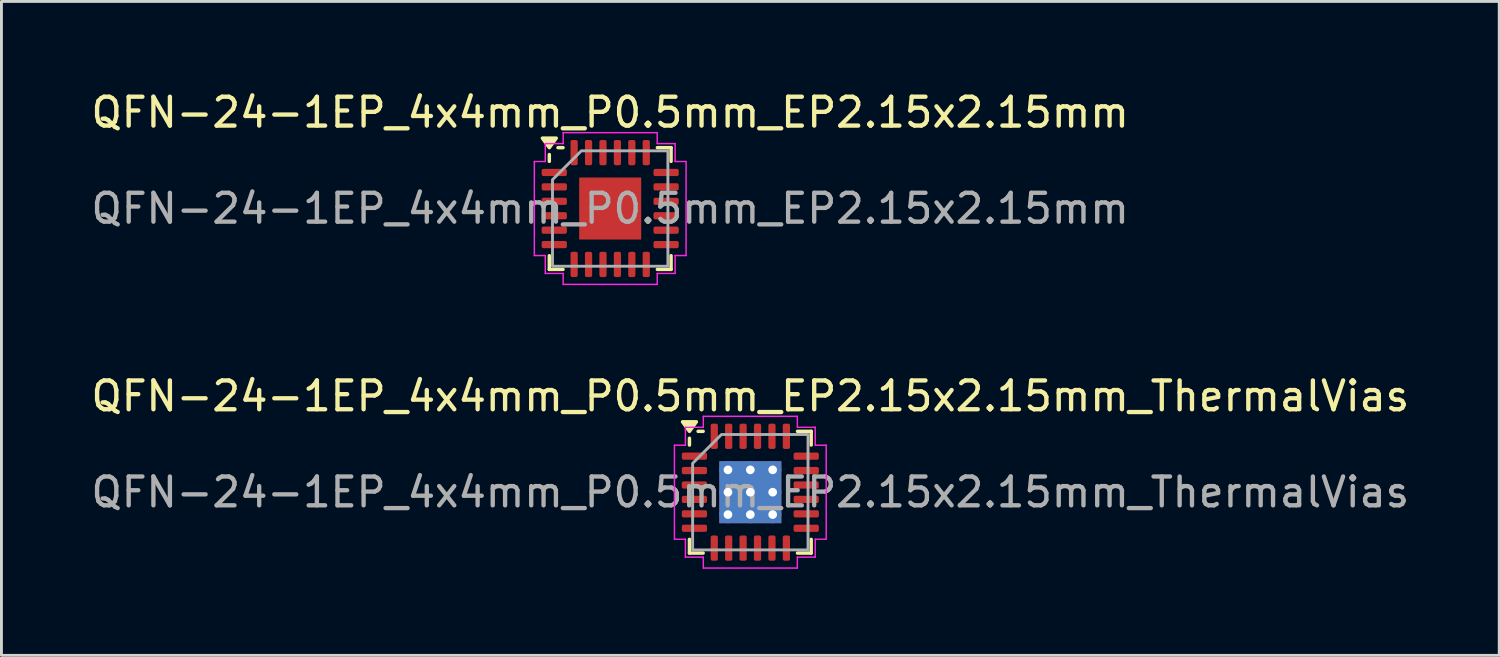
<source format=kicad_pcb>
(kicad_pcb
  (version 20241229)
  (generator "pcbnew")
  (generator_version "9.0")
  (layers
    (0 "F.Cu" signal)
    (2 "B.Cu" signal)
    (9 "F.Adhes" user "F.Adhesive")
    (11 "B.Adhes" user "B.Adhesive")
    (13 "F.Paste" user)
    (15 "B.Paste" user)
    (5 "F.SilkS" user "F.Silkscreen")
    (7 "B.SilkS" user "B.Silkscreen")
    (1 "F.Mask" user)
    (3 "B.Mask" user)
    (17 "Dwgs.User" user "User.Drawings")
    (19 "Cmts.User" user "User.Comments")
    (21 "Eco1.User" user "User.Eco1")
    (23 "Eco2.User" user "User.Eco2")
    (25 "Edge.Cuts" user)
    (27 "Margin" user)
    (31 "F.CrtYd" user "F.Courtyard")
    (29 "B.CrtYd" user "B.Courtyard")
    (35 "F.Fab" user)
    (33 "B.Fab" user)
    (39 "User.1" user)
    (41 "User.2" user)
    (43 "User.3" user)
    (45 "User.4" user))
  (footprint "QFN-24-1EP_4x4mm_P0.5mm_EP2.15x2.15mm"
    (layer "F.Cu")
    (at 18.101 4.178)
    (property "Reference" "QFN-24-1EP_4x4mm_P0.5mm_EP2.15x2.15mm" (at 0 -3.33 0) (layer "F.SilkS") (effects (font (size 1 1) (thickness 0.15))))
    (attr smd)
    (fp_line (start -2.11 -1.635) (end -2.11 -1.87) (stroke (width 0.12) (type solid)) (layer "F.SilkS"))
    (fp_line (start -2.11 2.11) (end -2.11 1.635) (stroke (width 0.12) (type solid)) (layer "F.SilkS"))
    (fp_line (start -1.635 -2.11) (end -1.81 -2.11) (stroke (width 0.12) (type solid)) (layer "F.SilkS"))
    (fp_line (start -1.635 2.11) (end -2.11 2.11) (stroke (width 0.12) (type solid)) (layer "F.SilkS"))
    (fp_line (start 1.635 -2.11) (end 2.11 -2.11) (stroke (width 0.12) (type solid)) (layer "F.SilkS"))
    (fp_line (start 1.635 2.11) (end 2.11 2.11) (stroke (width 0.12) (type solid)) (layer "F.SilkS"))
    (fp_line (start 2.11 -2.11) (end 2.11 -1.635) (stroke (width 0.12) (type solid)) (layer "F.SilkS"))
    (fp_line (start 2.11 2.11) (end 2.11 1.635) (stroke (width 0.12) (type solid)) (layer "F.SilkS"))
    (fp_poly (pts (xy -2.11 -2.11) (xy -2.35 -2.44) (xy -1.87 -2.44)) (stroke (width 0.12) (type solid)) (fill yes) (layer "F.SilkS"))
    (fp_line (start -2.63 -1.63) (end -2.25 -1.63) (stroke (width 0.05) (type solid)) (layer "F.CrtYd"))
    (fp_line (start -2.63 1.63) (end -2.63 -1.63) (stroke (width 0.05) (type solid)) (layer "F.CrtYd"))
    (fp_line (start -2.25 -2.25) (end -1.63 -2.25) (stroke (width 0.05) (type solid)) (layer "F.CrtYd"))
    (fp_line (start -2.25 -1.63) (end -2.25 -2.25) (stroke (width 0.05) (type solid)) (layer "F.CrtYd"))
    (fp_line (start -2.25 1.63) (end -2.63 1.63) (stroke (width 0.05) (type solid)) (layer "F.CrtYd"))
    (fp_line (start -2.25 2.25) (end -2.25 1.63) (stroke (width 0.05) (type solid)) (layer "F.CrtYd"))
    (fp_line (start -1.63 -2.63) (end 1.63 -2.63) (stroke (width 0.05) (type solid)) (layer "F.CrtYd"))
    (fp_line (start -1.63 -2.25) (end -1.63 -2.63) (stroke (width 0.05) (type solid)) (layer "F.CrtYd"))
    (fp_line (start -1.63 2.25) (end -2.25 2.25) (stroke (width 0.05) (type solid)) (layer "F.CrtYd"))
    (fp_line (start -1.63 2.63) (end -1.63 2.25) (stroke (width 0.05) (type solid)) (layer "F.CrtYd"))
    (fp_line (start 1.63 -2.63) (end 1.63 -2.25) (stroke (width 0.05) (type solid)) (layer "F.CrtYd"))
    (fp_line (start 1.63 -2.25) (end 2.25 -2.25) (stroke (width 0.05) (type solid)) (layer "F.CrtYd"))
    (fp_line (start 1.63 2.25) (end 1.63 2.63) (stroke (width 0.05) (type solid)) (layer "F.CrtYd"))
    (fp_line (start 1.63 2.63) (end -1.63 2.63) (stroke (width 0.05) (type solid)) (layer "F.CrtYd"))
    (fp_line (start 2.25 -2.25) (end 2.25 -1.63) (stroke (width 0.05) (type solid)) (layer "F.CrtYd"))
    (fp_line (start 2.25 -1.63) (end 2.63 -1.63) (stroke (width 0.05) (type solid)) (layer "F.CrtYd"))
    (fp_line (start 2.25 1.63) (end 2.25 2.25) (stroke (width 0.05) (type solid)) (layer "F.CrtYd"))
    (fp_line (start 2.25 2.25) (end 1.63 2.25) (stroke (width 0.05) (type solid)) (layer "F.CrtYd"))
    (fp_line (start 2.63 -1.63) (end 2.63 1.63) (stroke (width 0.05) (type solid)) (layer "F.CrtYd"))
    (fp_line (start 2.63 1.63) (end 2.25 1.63) (stroke (width 0.05) (type solid)) (layer "F.CrtYd"))
    (fp_poly (pts (xy -2 -1) (xy -2 2) (xy 2 2) (xy 2 -2) (xy -1 -2)) (stroke (width 0.1) (type solid)) (fill no) (layer "F.Fab"))
    (fp_text user "${REFERENCE}" (at 0 0 0) (layer "F.Fab") (effects (font (size 1 1) (thickness 0.15))))
    (pad "" smd roundrect (at -0.54 -0.54) (size 0.87 0.87) (layers "F.Paste") (roundrect_rratio 0.25))
    (pad "" smd roundrect (at -0.54 0.54) (size 0.87 0.87) (layers "F.Paste") (roundrect_rratio 0.25))
    (pad "" smd roundrect (at 0.54 -0.54) (size 0.87 0.87) (layers "F.Paste") (roundrect_rratio 0.25))
    (pad "" smd roundrect (at 0.54 0.54) (size 0.87 0.87) (layers "F.Paste") (roundrect_rratio 0.25))
    (pad "1" smd roundrect (at -1.938 -1.25) (size 0.875 0.25) (layers "F.Cu" "F.Mask" "F.Paste") (roundrect_rratio 0.25))
    (pad "2" smd roundrect (at -1.938 -0.75) (size 0.875 0.25) (layers "F.Cu" "F.Mask" "F.Paste") (roundrect_rratio 0.25))
    (pad "3" smd roundrect (at -1.938 -0.25) (size 0.875 0.25) (layers "F.Cu" "F.Mask" "F.Paste") (roundrect_rratio 0.25))
    (pad "4" smd roundrect (at -1.938 0.25) (size 0.875 0.25) (layers "F.Cu" "F.Mask" "F.Paste") (roundrect_rratio 0.25))
    (pad "5" smd roundrect (at -1.938 0.75) (size 0.875 0.25) (layers "F.Cu" "F.Mask" "F.Paste") (roundrect_rratio 0.25))
    (pad "6" smd roundrect (at -1.938 1.25) (size 0.875 0.25) (layers "F.Cu" "F.Mask" "F.Paste") (roundrect_rratio 0.25))
    (pad "7" smd roundrect (at -1.25 1.938) (size 0.25 0.875) (layers "F.Cu" "F.Mask" "F.Paste") (roundrect_rratio 0.25))
    (pad "8" smd roundrect (at -0.75 1.938) (size 0.25 0.875) (layers "F.Cu" "F.Mask" "F.Paste") (roundrect_rratio 0.25))
    (pad "9" smd roundrect (at -0.25 1.938) (size 0.25 0.875) (layers "F.Cu" "F.Mask" "F.Paste") (roundrect_rratio 0.25))
    (pad "10" smd roundrect (at 0.25 1.938) (size 0.25 0.875) (layers "F.Cu" "F.Mask" "F.Paste") (roundrect_rratio 0.25))
    (pad "11" smd roundrect (at 0.75 1.938) (size 0.25 0.875) (layers "F.Cu" "F.Mask" "F.Paste") (roundrect_rratio 0.25))
    (pad "12" smd roundrect (at 1.25 1.938) (size 0.25 0.875) (layers "F.Cu" "F.Mask" "F.Paste") (roundrect_rratio 0.25))
    (pad "13" smd roundrect (at 1.938 1.25) (size 0.875 0.25) (layers "F.Cu" "F.Mask" "F.Paste") (roundrect_rratio 0.25))
    (pad "14" smd roundrect (at 1.938 0.75) (size 0.875 0.25) (layers "F.Cu" "F.Mask" "F.Paste") (roundrect_rratio 0.25))
    (pad "15" smd roundrect (at 1.938 0.25) (size 0.875 0.25) (layers "F.Cu" "F.Mask" "F.Paste") (roundrect_rratio 0.25))
    (pad "16" smd roundrect (at 1.938 -0.25) (size 0.875 0.25) (layers "F.Cu" "F.Mask" "F.Paste") (roundrect_rratio 0.25))
    (pad "17" smd roundrect (at 1.938 -0.75) (size 0.875 0.25) (layers "F.Cu" "F.Mask" "F.Paste") (roundrect_rratio 0.25))
    (pad "18" smd roundrect (at 1.938 -1.25) (size 0.875 0.25) (layers "F.Cu" "F.Mask" "F.Paste") (roundrect_rratio 0.25))
    (pad "19" smd roundrect (at 1.25 -1.938) (size 0.25 0.875) (layers "F.Cu" "F.Mask" "F.Paste") (roundrect_rratio 0.25))
    (pad "20" smd roundrect (at 0.75 -1.938) (size 0.25 0.875) (layers "F.Cu" "F.Mask" "F.Paste") (roundrect_rratio 0.25))
    (pad "21" smd roundrect (at 0.25 -1.938) (size 0.25 0.875) (layers "F.Cu" "F.Mask" "F.Paste") (roundrect_rratio 0.25))
    (pad "22" smd roundrect (at -0.25 -1.938) (size 0.25 0.875) (layers "F.Cu" "F.Mask" "F.Paste") (roundrect_rratio 0.25))
    (pad "23" smd roundrect (at -0.75 -1.938) (size 0.25 0.875) (layers "F.Cu" "F.Mask" "F.Paste") (roundrect_rratio 0.25))
    (pad "24" smd roundrect (at -1.25 -1.938) (size 0.25 0.875) (layers "F.Cu" "F.Mask" "F.Paste") (roundrect_rratio 0.25))
    (pad "25" smd rect (at 0 0) (size 2.15 2.15) (property pad_prop_heatsink) (layers "F.Cu" "F.Mask")))
  (footprint "QFN-24-1EP_4x4mm_P0.5mm_EP2.15x2.15mm_ThermalVias"
    (layer "F.Cu")
    (at 22.958 14.011)
    (property "Reference" "QFN-24-1EP_4x4mm_P0.5mm_EP2.15x2.15mm_ThermalVias" (at 0 -3.33 0) (layer "F.SilkS") (effects (font (size 1 1) (thickness 0.15))))
    (attr smd)
    (fp_line (start -2.11 -1.635) (end -2.11 -1.87) (stroke (width 0.12) (type solid)) (layer "F.SilkS"))
    (fp_line (start -2.11 2.11) (end -2.11 1.635) (stroke (width 0.12) (type solid)) (layer "F.SilkS"))
    (fp_line (start -1.635 -2.11) (end -1.81 -2.11) (stroke (width 0.12) (type solid)) (layer "F.SilkS"))
    (fp_line (start -1.635 2.11) (end -2.11 2.11) (stroke (width 0.12) (type solid)) (layer "F.SilkS"))
    (fp_line (start 1.635 -2.11) (end 2.11 -2.11) (stroke (width 0.12) (type solid)) (layer "F.SilkS"))
    (fp_line (start 1.635 2.11) (end 2.11 2.11) (stroke (width 0.12) (type solid)) (layer "F.SilkS"))
    (fp_line (start 2.11 -2.11) (end 2.11 -1.635) (stroke (width 0.12) (type solid)) (layer "F.SilkS"))
    (fp_line (start 2.11 2.11) (end 2.11 1.635) (stroke (width 0.12) (type solid)) (layer "F.SilkS"))
    (fp_poly (pts (xy -2.11 -2.11) (xy -2.35 -2.44) (xy -1.87 -2.44)) (stroke (width 0.12) (type solid)) (fill yes) (layer "F.SilkS"))
    (fp_line (start -2.63 -1.63) (end -2.25 -1.63) (stroke (width 0.05) (type solid)) (layer "F.CrtYd"))
    (fp_line (start -2.63 1.63) (end -2.63 -1.63) (stroke (width 0.05) (type solid)) (layer "F.CrtYd"))
    (fp_line (start -2.25 -2.25) (end -1.63 -2.25) (stroke (width 0.05) (type solid)) (layer "F.CrtYd"))
    (fp_line (start -2.25 -1.63) (end -2.25 -2.25) (stroke (width 0.05) (type solid)) (layer "F.CrtYd"))
    (fp_line (start -2.25 1.63) (end -2.63 1.63) (stroke (width 0.05) (type solid)) (layer "F.CrtYd"))
    (fp_line (start -2.25 2.25) (end -2.25 1.63) (stroke (width 0.05) (type solid)) (layer "F.CrtYd"))
    (fp_line (start -1.63 -2.63) (end 1.63 -2.63) (stroke (width 0.05) (type solid)) (layer "F.CrtYd"))
    (fp_line (start -1.63 -2.25) (end -1.63 -2.63) (stroke (width 0.05) (type solid)) (layer "F.CrtYd"))
    (fp_line (start -1.63 2.25) (end -2.25 2.25) (stroke (width 0.05) (type solid)) (layer "F.CrtYd"))
    (fp_line (start -1.63 2.63) (end -1.63 2.25) (stroke (width 0.05) (type solid)) (layer "F.CrtYd"))
    (fp_line (start 1.63 -2.63) (end 1.63 -2.25) (stroke (width 0.05) (type solid)) (layer "F.CrtYd"))
    (fp_line (start 1.63 -2.25) (end 2.25 -2.25) (stroke (width 0.05) (type solid)) (layer "F.CrtYd"))
    (fp_line (start 1.63 2.25) (end 1.63 2.63) (stroke (width 0.05) (type solid)) (layer "F.CrtYd"))
    (fp_line (start 1.63 2.63) (end -1.63 2.63) (stroke (width 0.05) (type solid)) (layer "F.CrtYd"))
    (fp_line (start 2.25 -2.25) (end 2.25 -1.63) (stroke (width 0.05) (type solid)) (layer "F.CrtYd"))
    (fp_line (start 2.25 -1.63) (end 2.63 -1.63) (stroke (width 0.05) (type solid)) (layer "F.CrtYd"))
    (fp_line (start 2.25 1.63) (end 2.25 2.25) (stroke (width 0.05) (type solid)) (layer "F.CrtYd"))
    (fp_line (start 2.25 2.25) (end 1.63 2.25) (stroke (width 0.05) (type solid)) (layer "F.CrtYd"))
    (fp_line (start 2.63 -1.63) (end 2.63 1.63) (stroke (width 0.05) (type solid)) (layer "F.CrtYd"))
    (fp_line (start 2.63 1.63) (end 2.25 1.63) (stroke (width 0.05) (type solid)) (layer "F.CrtYd"))
    (fp_poly (pts (xy -2 -1) (xy -2 2) (xy 2 2) (xy 2 -2) (xy -1 -2)) (stroke (width 0.1) (type solid)) (fill no) (layer "F.Fab"))
    (fp_text user "${REFERENCE}" (at 0 0 0) (layer "F.Fab") (effects (font (size 1 1) (thickness 0.15))))
    (pad "" smd roundrect (at -0.54 -0.54) (size 0.87 0.87) (layers "F.Paste") (roundrect_rratio 0.25))
    (pad "" smd roundrect (at -0.54 0.54) (size 0.87 0.87) (layers "F.Paste") (roundrect_rratio 0.25))
    (pad "" smd roundrect (at 0.54 -0.54) (size 0.87 0.87) (layers "F.Paste") (roundrect_rratio 0.25))
    (pad "" smd roundrect (at 0.54 0.54) (size 0.87 0.87) (layers "F.Paste") (roundrect_rratio 0.25))
    (pad "1" smd roundrect (at -1.938 -1.25) (size 0.875 0.25) (layers "F.Cu" "F.Mask" "F.Paste") (roundrect_rratio 0.25))
    (pad "2" smd roundrect (at -1.938 -0.75) (size 0.875 0.25) (layers "F.Cu" "F.Mask" "F.Paste") (roundrect_rratio 0.25))
    (pad "3" smd roundrect (at -1.938 -0.25) (size 0.875 0.25) (layers "F.Cu" "F.Mask" "F.Paste") (roundrect_rratio 0.25))
    (pad "4" smd roundrect (at -1.938 0.25) (size 0.875 0.25) (layers "F.Cu" "F.Mask" "F.Paste") (roundrect_rratio 0.25))
    (pad "5" smd roundrect (at -1.938 0.75) (size 0.875 0.25) (layers "F.Cu" "F.Mask" "F.Paste") (roundrect_rratio 0.25))
    (pad "6" smd roundrect (at -1.938 1.25) (size 0.875 0.25) (layers "F.Cu" "F.Mask" "F.Paste") (roundrect_rratio 0.25))
    (pad "7" smd roundrect (at -1.25 1.938) (size 0.25 0.875) (layers "F.Cu" "F.Mask" "F.Paste") (roundrect_rratio 0.25))
    (pad "8" smd roundrect (at -0.75 1.938) (size 0.25 0.875) (layers "F.Cu" "F.Mask" "F.Paste") (roundrect_rratio 0.25))
    (pad "9" smd roundrect (at -0.25 1.938) (size 0.25 0.875) (layers "F.Cu" "F.Mask" "F.Paste") (roundrect_rratio 0.25))
    (pad "10" smd roundrect (at 0.25 1.938) (size 0.25 0.875) (layers "F.Cu" "F.Mask" "F.Paste") (roundrect_rratio 0.25))
    (pad "11" smd roundrect (at 0.75 1.938) (size 0.25 0.875) (layers "F.Cu" "F.Mask" "F.Paste") (roundrect_rratio 0.25))
    (pad "12" smd roundrect (at 1.25 1.938) (size 0.25 0.875) (layers "F.Cu" "F.Mask" "F.Paste") (roundrect_rratio 0.25))
    (pad "13" smd roundrect (at 1.938 1.25) (size 0.875 0.25) (layers "F.Cu" "F.Mask" "F.Paste") (roundrect_rratio 0.25))
    (pad "14" smd roundrect (at 1.938 0.75) (size 0.875 0.25) (layers "F.Cu" "F.Mask" "F.Paste") (roundrect_rratio 0.25))
    (pad "15" smd roundrect (at 1.938 0.25) (size 0.875 0.25) (layers "F.Cu" "F.Mask" "F.Paste") (roundrect_rratio 0.25))
    (pad "16" smd roundrect (at 1.938 -0.25) (size 0.875 0.25) (layers "F.Cu" "F.Mask" "F.Paste") (roundrect_rratio 0.25))
    (pad "17" smd roundrect (at 1.938 -0.75) (size 0.875 0.25) (layers "F.Cu" "F.Mask" "F.Paste") (roundrect_rratio 0.25))
    (pad "18" smd roundrect (at 1.938 -1.25) (size 0.875 0.25) (layers "F.Cu" "F.Mask" "F.Paste") (roundrect_rratio 0.25))
    (pad "19" smd roundrect (at 1.25 -1.938) (size 0.25 0.875) (layers "F.Cu" "F.Mask" "F.Paste") (roundrect_rratio 0.25))
    (pad "20" smd roundrect (at 0.75 -1.938) (size 0.25 0.875) (layers "F.Cu" "F.Mask" "F.Paste") (roundrect_rratio 0.25))
    (pad "21" smd roundrect (at 0.25 -1.938) (size 0.25 0.875) (layers "F.Cu" "F.Mask" "F.Paste") (roundrect_rratio 0.25))
    (pad "22" smd roundrect (at -0.25 -1.938) (size 0.25 0.875) (layers "F.Cu" "F.Mask" "F.Paste") (roundrect_rratio 0.25))
    (pad "23" smd roundrect (at -0.75 -1.938) (size 0.25 0.875) (layers "F.Cu" "F.Mask" "F.Paste") (roundrect_rratio 0.25))
    (pad "24" smd roundrect (at -1.25 -1.938) (size 0.25 0.875) (layers "F.Cu" "F.Mask" "F.Paste") (roundrect_rratio 0.25))
    (pad "25" thru_hole circle (at -0.775 -0.775) (size 0.6 0.6) (drill 0.3) (property pad_prop_heatsink) (layers "*.Cu"))
    (pad "25" thru_hole circle (at -0.775 0) (size 0.6 0.6) (drill 0.3) (property pad_prop_heatsink) (layers "*.Cu"))
    (pad "25" thru_hole circle (at -0.775 0.775) (size 0.6 0.6) (drill 0.3) (property pad_prop_heatsink) (layers "*.Cu"))
    (pad "25" thru_hole circle (at 0 -0.775) (size 0.6 0.6) (drill 0.3) (property pad_prop_heatsink) (layers "*.Cu"))
    (pad "25" thru_hole circle (at 0 0) (size 0.6 0.6) (drill 0.3) (property pad_prop_heatsink) (layers "*.Cu"))
    (pad "25" smd rect (at 0 0) (size 2.15 2.15) (property pad_prop_heatsink) (layers "F.Cu" "F.Mask"))
    (pad "25" smd rect (at 0 0) (size 2.15 2.15) (property pad_prop_heatsink) (layers "B.Cu"))
    (pad "25" thru_hole circle (at 0 0.775) (size 0.6 0.6) (drill 0.3) (property pad_prop_heatsink) (layers "*.Cu"))
    (pad "25" thru_hole circle (at 0.775 -0.775) (size 0.6 0.6) (drill 0.3) (property pad_prop_heatsink) (layers "*.Cu"))
    (pad "25" thru_hole circle (at 0.775 0) (size 0.6 0.6) (drill 0.3) (property pad_prop_heatsink) (layers "*.Cu"))
    (pad "25" thru_hole circle (at 0.775 0.775) (size 0.6 0.6) (drill 0.3) (property pad_prop_heatsink) (layers "*.Cu")))
  (gr_rect
    (start -3 -3)
    (end 48.917 19.666)
    (stroke (width 0.1) (type default))
    (fill no)
    (layer "Edge.Cuts")))
</source>
